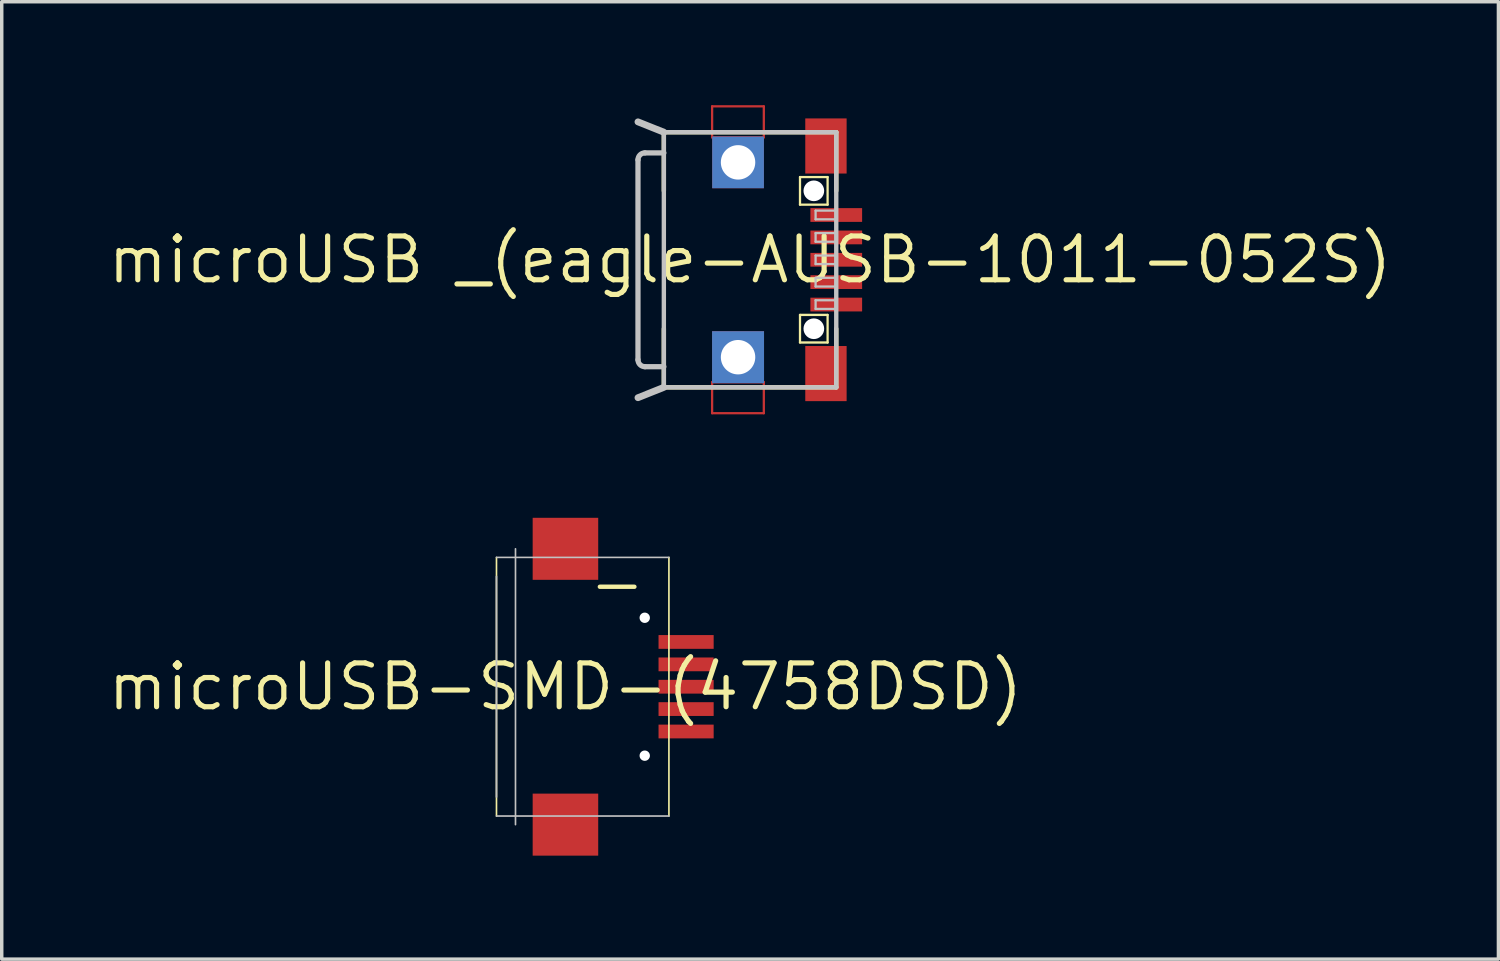
<source format=kicad_pcb>
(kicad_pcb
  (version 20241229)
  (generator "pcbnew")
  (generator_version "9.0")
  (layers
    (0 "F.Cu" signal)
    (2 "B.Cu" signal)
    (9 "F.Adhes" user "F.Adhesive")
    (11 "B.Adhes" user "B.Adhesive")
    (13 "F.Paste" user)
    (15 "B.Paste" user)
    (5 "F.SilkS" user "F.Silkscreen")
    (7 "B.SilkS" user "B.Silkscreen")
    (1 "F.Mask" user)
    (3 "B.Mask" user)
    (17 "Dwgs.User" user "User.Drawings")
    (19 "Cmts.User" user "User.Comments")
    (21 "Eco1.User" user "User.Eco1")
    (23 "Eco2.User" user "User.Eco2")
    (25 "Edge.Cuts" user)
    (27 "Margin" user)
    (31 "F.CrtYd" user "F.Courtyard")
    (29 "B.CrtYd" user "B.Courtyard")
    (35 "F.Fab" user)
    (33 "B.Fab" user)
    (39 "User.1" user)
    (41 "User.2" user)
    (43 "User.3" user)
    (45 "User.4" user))
  (footprint "microUSB-SMD-(4758DSD)"
    (layer "F.Cu")
    (at 13.342 16.858)
    (property "Reference" "microUSB-SMD-(4758DSD)" (at 0 0 0) (layer "F.SilkS") (effects (font (size 1.27 1.27) (thickness 0.15))))
    (attr smd)
    (fp_line (start -1.999 3.749) (end -1.999 -3.749) (stroke (width 0.048) (type solid)) (layer "F.SilkS"))
    (fp_line (start 0.998 -2.898) (end 1.999 -2.898) (stroke (width 0.127) (type solid)) (layer "F.SilkS"))
    (fp_line (start 3 -3.749) (end 3 3.749) (stroke (width 0.048) (type solid)) (layer "F.SilkS"))
    (fp_line (start -1.999 -3.749) (end 3 -3.749) (stroke (width 0.048) (type solid)) (layer "Dwgs.User"))
    (fp_line (start -1.999 3.198) (end -1.999 -3.198) (stroke (width 0.048) (type solid)) (layer "Dwgs.User"))
    (fp_line (start -1.448 -3.998) (end -1.448 3.998) (stroke (width 0.048) (type solid)) (layer "Dwgs.User"))
    (fp_line (start 3 3.749) (end -1.999 3.749) (stroke (width 0.048) (type solid)) (layer "Dwgs.User"))
    (pad "" np_thru_hole circle (at 2.299 -1.999) (size 0.3 0.3) (drill 0.3) (layers "*.Cu" "*.Mask"))
    (pad "" np_thru_hole circle (at 2.299 1.999) (size 0.3 0.3) (drill 0.3) (layers "*.Cu" "*.Mask"))
    (pad "1" smd rect (at 3.498 -1.298) (size 1.598 0.399) (layers "F.Cu" "F.Mask" "F.Paste"))
    (pad "2" smd rect (at 3.498 -0.648) (size 1.598 0.399) (layers "F.Cu" "F.Mask" "F.Paste"))
    (pad "3" smd rect (at 3.498 0) (size 1.598 0.399) (layers "F.Cu" "F.Mask" "F.Paste"))
    (pad "4" smd rect (at 3.498 0.648) (size 1.598 0.399) (layers "F.Cu" "F.Mask" "F.Paste"))
    (pad "5" smd rect (at 3.498 1.298) (size 1.598 0.399) (layers "F.Cu" "F.Mask" "F.Paste"))
    (pad "CASING1" smd rect (at 0 -3.998) (size 1.9 1.798) (layers "F.Cu" "F.Mask" "F.Paste"))
    (pad "CASING2" smd rect (at 0 3.998) (size 1.9 1.798) (layers "F.Cu" "F.Mask" "F.Paste")))
  (footprint "microUSB _(eagle-AUSB-1011-052S)"
    (layer "F.Cu")
    (at 18.694 4.481)
    (property "Reference" "microUSB _(eagle-AUSB-1011-052S)" (at 0 0 0) (layer "F.SilkS") (effects (font (size 1.27 1.27) (thickness 0.15))))
    (attr smd)
    (fp_line (start -1.1 -4.448) (end 0.399 -4.448) (stroke (width 0.066) (type solid)) (layer "F.Cu"))
    (fp_line (start -1.1 -3.548) (end -1.1 -4.448) (stroke (width 0.066) (type solid)) (layer "F.Cu"))
    (fp_line (start -1.1 -3.548) (end 0.399 -3.548) (stroke (width 0.066) (type solid)) (layer "F.Cu"))
    (fp_line (start -1.1 3.548) (end 0.399 3.548) (stroke (width 0.066) (type solid)) (layer "F.Cu"))
    (fp_line (start -1.1 4.448) (end -1.1 3.548) (stroke (width 0.066) (type solid)) (layer "F.Cu"))
    (fp_line (start -1.1 4.448) (end 0.399 4.448) (stroke (width 0.066) (type solid)) (layer "F.Cu"))
    (fp_line (start 0.399 -3.548) (end 0.399 -4.448) (stroke (width 0.066) (type solid)) (layer "F.Cu"))
    (fp_line (start 0.399 4.448) (end 0.399 3.548) (stroke (width 0.066) (type solid)) (layer "F.Cu"))
    (fp_line (start -1.1 -4.448) (end 0.399 -4.448) (stroke (width 0.066) (type solid)) (layer "F.Mask"))
    (fp_line (start -1.1 -2.098) (end -1.1 -4.448) (stroke (width 0.066) (type solid)) (layer "F.Mask"))
    (fp_line (start -1.1 -2.098) (end 0.399 -2.098) (stroke (width 0.066) (type solid)) (layer "F.Mask"))
    (fp_line (start -1.1 2.098) (end 0.399 2.098) (stroke (width 0.066) (type solid)) (layer "F.Mask"))
    (fp_line (start -1.1 4.448) (end -1.1 2.098) (stroke (width 0.066) (type solid)) (layer "F.Mask"))
    (fp_line (start -1.1 4.448) (end 0.399 4.448) (stroke (width 0.066) (type solid)) (layer "F.Mask"))
    (fp_line (start 0.399 -2.098) (end 0.399 -4.448) (stroke (width 0.066) (type solid)) (layer "F.Mask"))
    (fp_line (start 0.399 4.448) (end 0.399 2.098) (stroke (width 0.066) (type solid)) (layer "F.Mask"))
    (fp_line (start -2.499 -1.999) (end -2.499 -3.698) (stroke (width 0.127) (type solid)) (layer "F.SilkS"))
    (fp_line (start -2.499 3.698) (end -2.499 1.999) (stroke (width 0.127) (type solid)) (layer "F.SilkS"))
    (fp_line (start -2.499 3.698) (end 2.499 3.698) (stroke (width 0.127) (type solid)) (layer "F.SilkS"))
    (fp_line (start 1.448 -2.398) (end 1.448 -1.598) (stroke (width 0.066) (type solid)) (layer "F.SilkS"))
    (fp_line (start 1.448 1.598) (end 1.448 2.398) (stroke (width 0.066) (type solid)) (layer "F.SilkS"))
    (fp_line (start 2.248 -2.398) (end 1.448 -2.398) (stroke (width 0.066) (type solid)) (layer "F.SilkS"))
    (fp_line (start 2.248 -2.398) (end 2.248 -1.598) (stroke (width 0.066) (type solid)) (layer "F.SilkS"))
    (fp_line (start 2.248 -1.598) (end 1.448 -1.598) (stroke (width 0.066) (type solid)) (layer "F.SilkS"))
    (fp_line (start 2.248 1.598) (end 1.448 1.598) (stroke (width 0.066) (type solid)) (layer "F.SilkS"))
    (fp_line (start 2.248 1.598) (end 2.248 2.398) (stroke (width 0.066) (type solid)) (layer "F.SilkS"))
    (fp_line (start 2.248 2.398) (end 1.448 2.398) (stroke (width 0.066) (type solid)) (layer "F.SilkS"))
    (fp_line (start 2.499 -3.698) (end -2.499 -3.698) (stroke (width 0.127) (type solid)) (layer "F.SilkS"))
    (fp_line (start 2.499 -1.999) (end 2.499 -3.698) (stroke (width 0.127) (type solid)) (layer "F.SilkS"))
    (fp_line (start 2.499 3.698) (end 2.499 1.999) (stroke (width 0.127) (type solid)) (layer "F.SilkS"))
    (fp_line (start -3.249 -2.898) (end -3.249 2.898) (stroke (width 0.152) (type solid)) (layer "Dwgs.User"))
    (fp_line (start -3.249 3.998) (end -2.499 3.698) (stroke (width 0.198) (type solid)) (layer "Dwgs.User"))
    (fp_line (start -3.048 -3.099) (end -2.499 -3.099) (stroke (width 0.152) (type solid)) (layer "Dwgs.User"))
    (fp_line (start -3.048 3.099) (end -2.499 3.099) (stroke (width 0.152) (type solid)) (layer "Dwgs.User"))
    (fp_line (start -2.499 -3.698) (end -3.249 -3.998) (stroke (width 0.198) (type solid)) (layer "Dwgs.User"))
    (fp_line (start -2.499 -3.698) (end -2.499 -3.099) (stroke (width 0.127) (type solid)) (layer "Dwgs.User"))
    (fp_line (start -2.499 -3.099) (end -2.499 3.099) (stroke (width 0.127) (type solid)) (layer "Dwgs.User"))
    (fp_line (start -2.499 3.099) (end -2.499 3.698) (stroke (width 0.127) (type solid)) (layer "Dwgs.User"))
    (fp_line (start -2.499 3.698) (end 2.499 3.698) (stroke (width 0.127) (type solid)) (layer "Dwgs.User"))
    (fp_line (start 1.9 -1.425) (end 1.9 -1.173) (stroke (width 0.066) (type solid)) (layer "Dwgs.User"))
    (fp_line (start 1.9 -0.775) (end 1.9 -0.523) (stroke (width 0.066) (type solid)) (layer "Dwgs.User"))
    (fp_line (start 1.9 -0.124) (end 1.9 0.124) (stroke (width 0.066) (type solid)) (layer "Dwgs.User"))
    (fp_line (start 1.9 0.523) (end 1.9 0.775) (stroke (width 0.066) (type solid)) (layer "Dwgs.User"))
    (fp_line (start 1.9 1.173) (end 1.9 1.425) (stroke (width 0.066) (type solid)) (layer "Dwgs.User"))
    (fp_line (start 2.499 -3.698) (end -2.499 -3.698) (stroke (width 0.127) (type solid)) (layer "Dwgs.User"))
    (fp_line (start 2.499 -1.425) (end 1.9 -1.425) (stroke (width 0.066) (type solid)) (layer "Dwgs.User"))
    (fp_line (start 2.499 -1.425) (end 2.499 -1.173) (stroke (width 0.066) (type solid)) (layer "Dwgs.User"))
    (fp_line (start 2.499 -1.173) (end 1.9 -1.173) (stroke (width 0.066) (type solid)) (layer "Dwgs.User"))
    (fp_line (start 2.499 -0.775) (end 1.9 -0.775) (stroke (width 0.066) (type solid)) (layer "Dwgs.User"))
    (fp_line (start 2.499 -0.775) (end 2.499 -0.523) (stroke (width 0.066) (type solid)) (layer "Dwgs.User"))
    (fp_line (start 2.499 -0.523) (end 1.9 -0.523) (stroke (width 0.066) (type solid)) (layer "Dwgs.User"))
    (fp_line (start 2.499 -0.124) (end 1.9 -0.124) (stroke (width 0.066) (type solid)) (layer "Dwgs.User"))
    (fp_line (start 2.499 -0.124) (end 2.499 0.124) (stroke (width 0.066) (type solid)) (layer "Dwgs.User"))
    (fp_line (start 2.499 0.124) (end 1.9 0.124) (stroke (width 0.066) (type solid)) (layer "Dwgs.User"))
    (fp_line (start 2.499 0.523) (end 1.9 0.523) (stroke (width 0.066) (type solid)) (layer "Dwgs.User"))
    (fp_line (start 2.499 0.523) (end 2.499 0.775) (stroke (width 0.066) (type solid)) (layer "Dwgs.User"))
    (fp_line (start 2.499 0.775) (end 1.9 0.775) (stroke (width 0.066) (type solid)) (layer "Dwgs.User"))
    (fp_line (start 2.499 1.173) (end 1.9 1.173) (stroke (width 0.066) (type solid)) (layer "Dwgs.User"))
    (fp_line (start 2.499 1.173) (end 2.499 1.425) (stroke (width 0.066) (type solid)) (layer "Dwgs.User"))
    (fp_line (start 2.499 1.425) (end 1.9 1.425) (stroke (width 0.066) (type solid)) (layer "Dwgs.User"))
    (fp_line (start 2.499 3.698) (end 2.499 -3.698) (stroke (width 0.127) (type solid)) (layer "Dwgs.User"))
    (fp_arc (start -3.24866 -2.89814) (mid -3.189888 -3.040028) (end -3.048 -3.0988) (stroke (width 0.1524) (type solid)) (layer "Dwgs.User"))
    (fp_arc (start -3.048 3.0988) (mid -3.189888 3.040028) (end -3.24866 2.89814) (stroke (width 0.1524) (type solid)) (layer "Dwgs.User"))
    (pad "" np_thru_hole circle (at 1.849 -1.999) (size 0.599 0.599) (drill 0.599) (layers "*.Cu" "*.Mask"))
    (pad "" np_thru_hole circle (at 1.849 1.999) (size 0.599 0.599) (drill 0.599) (layers "*.Cu" "*.Mask"))
    (pad "1" smd rect (at 2.499 -1.298 270) (size 0.399 1.499) (layers "F.Cu" "F.Mask" "F.Paste"))
    (pad "2" smd rect (at 2.499 -0.648 270) (size 0.399 1.499) (layers "F.Cu" "F.Mask" "F.Paste"))
    (pad "3" smd rect (at 2.499 0 270) (size 0.399 1.499) (layers "F.Cu" "F.Mask" "F.Paste"))
    (pad "4" smd rect (at 2.499 0.648 270) (size 0.399 1.499) (layers "F.Cu" "F.Mask" "F.Paste"))
    (pad "5" smd rect (at 2.499 1.298 270) (size 0.399 1.499) (layers "F.Cu" "F.Mask" "F.Paste"))
    (pad "PAD1" smd rect (at 2.2 -3.299 90) (size 1.598 1.199) (layers "F.Cu" "F.Mask" "F.Paste"))
    (pad "PAD2" smd rect (at 2.2 3.299 90) (size 1.598 1.199) (layers "F.Cu" "F.Mask" "F.Paste"))
    (pad "VIA1" thru_hole rect (at -0.348 -2.824) (size 1.499 1.499) (drill 0.998) (layers "*.Cu" "*.Paste" "*.Mask"))
    (pad "VIA2" thru_hole rect (at -0.348 2.824) (size 1.506 1.506) (drill 0.998) (layers "*.Cu" "*.Paste" "*.Mask")))
  (gr_rect
    (start -3 -3)
    (end 40.389 24.755)
    (stroke (width 0.1) (type default))
    (fill no)
    (layer "Edge.Cuts")))
</source>
